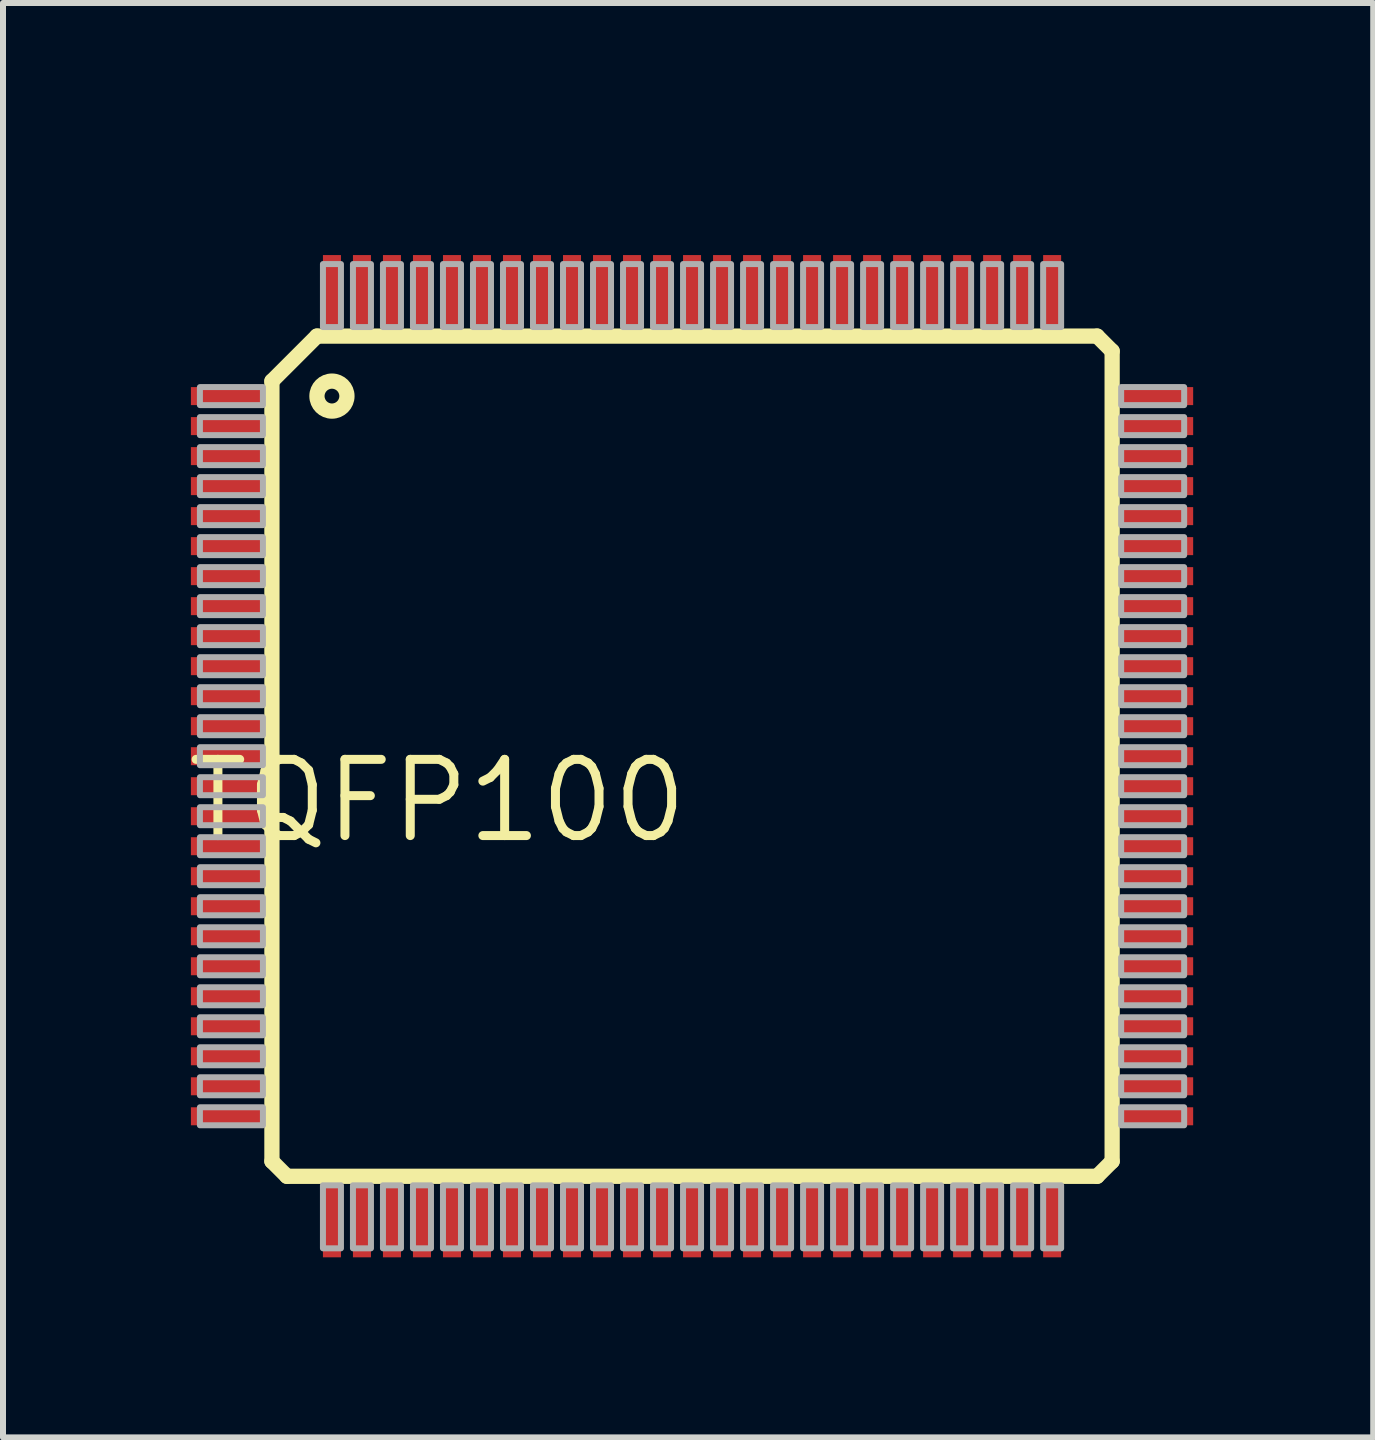
<source format=kicad_pcb>
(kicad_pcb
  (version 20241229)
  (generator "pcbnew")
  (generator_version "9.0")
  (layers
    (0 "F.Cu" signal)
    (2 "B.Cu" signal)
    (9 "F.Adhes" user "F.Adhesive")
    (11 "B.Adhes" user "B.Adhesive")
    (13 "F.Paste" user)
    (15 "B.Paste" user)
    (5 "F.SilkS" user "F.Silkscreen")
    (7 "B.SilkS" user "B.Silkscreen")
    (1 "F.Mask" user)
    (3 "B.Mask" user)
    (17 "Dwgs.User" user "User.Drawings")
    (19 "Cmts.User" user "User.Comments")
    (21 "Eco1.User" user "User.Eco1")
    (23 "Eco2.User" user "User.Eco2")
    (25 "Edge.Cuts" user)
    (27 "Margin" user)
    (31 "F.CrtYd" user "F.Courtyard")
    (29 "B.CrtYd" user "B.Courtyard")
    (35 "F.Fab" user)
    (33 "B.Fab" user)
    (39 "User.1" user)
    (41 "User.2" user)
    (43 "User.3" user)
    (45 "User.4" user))
  (footprint "TQFP100"
    (layer "F.Cu")
    (at 8.481 9.55)
    (property "Reference" "TQFP100" (at 0 0 0) (layer "F.SilkS") (effects (font (size 1.27 1.27) (thickness 0.15)) (justify right top)))
    (attr through_hole)
    (fp_line (start -7 -6.25) (end -6.25 -7) (stroke (width 0.254) (type solid)) (layer "F.SilkS"))
    (fp_line (start -7 6.75) (end -7 -6.25) (stroke (width 0.254) (type solid)) (layer "F.SilkS"))
    (fp_line (start -6.75 7) (end -7 6.75) (stroke (width 0.254) (type solid)) (layer "F.SilkS"))
    (fp_line (start -6.25 -7) (end 6.75 -7) (stroke (width 0.254) (type solid)) (layer "F.SilkS"))
    (fp_line (start 6.75 -7) (end 7 -6.75) (stroke (width 0.254) (type solid)) (layer "F.SilkS"))
    (fp_line (start 6.75 7) (end -6.75 7) (stroke (width 0.254) (type solid)) (layer "F.SilkS"))
    (fp_line (start 7 -6.75) (end 7 6.75) (stroke (width 0.254) (type solid)) (layer "F.SilkS"))
    (fp_line (start 7 6.75) (end 6.75 7) (stroke (width 0.254) (type solid)) (layer "F.SilkS"))
    (fp_circle (center -6 -6) (end -5.75 -6) (stroke (width 0.254) (type solid)) (fill no) (layer "F.SilkS"))
    (fp_poly (pts (xy -8.2 -5.85) (xy -7.15 -5.85) (xy -7.15 -6.15) (xy -8.2 -6.15)) (stroke (width 0.1) (type solid)) (fill no) (layer "F.Fab"))
    (fp_poly (pts (xy -8.2 -5.35) (xy -7.15 -5.35) (xy -7.15 -5.65) (xy -8.2 -5.65)) (stroke (width 0.1) (type solid)) (fill no) (layer "F.Fab"))
    (fp_poly (pts (xy -8.2 -4.85) (xy -7.15 -4.85) (xy -7.15 -5.15) (xy -8.2 -5.15)) (stroke (width 0.1) (type solid)) (fill no) (layer "F.Fab"))
    (fp_poly (pts (xy -8.2 -4.35) (xy -7.15 -4.35) (xy -7.15 -4.65) (xy -8.2 -4.65)) (stroke (width 0.1) (type solid)) (fill no) (layer "F.Fab"))
    (fp_poly (pts (xy -8.2 -3.85) (xy -7.15 -3.85) (xy -7.15 -4.15) (xy -8.2 -4.15)) (stroke (width 0.1) (type solid)) (fill no) (layer "F.Fab"))
    (fp_poly (pts (xy -8.2 -3.35) (xy -7.15 -3.35) (xy -7.15 -3.65) (xy -8.2 -3.65)) (stroke (width 0.1) (type solid)) (fill no) (layer "F.Fab"))
    (fp_poly (pts (xy -8.2 -2.85) (xy -7.15 -2.85) (xy -7.15 -3.15) (xy -8.2 -3.15)) (stroke (width 0.1) (type solid)) (fill no) (layer "F.Fab"))
    (fp_poly (pts (xy -8.2 -2.35) (xy -7.15 -2.35) (xy -7.15 -2.65) (xy -8.2 -2.65)) (stroke (width 0.1) (type solid)) (fill no) (layer "F.Fab"))
    (fp_poly (pts (xy -8.2 -1.85) (xy -7.15 -1.85) (xy -7.15 -2.15) (xy -8.2 -2.15)) (stroke (width 0.1) (type solid)) (fill no) (layer "F.Fab"))
    (fp_poly (pts (xy -8.2 -1.35) (xy -7.15 -1.35) (xy -7.15 -1.65) (xy -8.2 -1.65)) (stroke (width 0.1) (type solid)) (fill no) (layer "F.Fab"))
    (fp_poly (pts (xy -8.2 -0.85) (xy -7.15 -0.85) (xy -7.15 -1.15) (xy -8.2 -1.15)) (stroke (width 0.1) (type solid)) (fill no) (layer "F.Fab"))
    (fp_poly (pts (xy -8.2 -0.35) (xy -7.15 -0.35) (xy -7.15 -0.65) (xy -8.2 -0.65)) (stroke (width 0.1) (type solid)) (fill no) (layer "F.Fab"))
    (fp_poly (pts (xy -8.2 0.15) (xy -7.15 0.15) (xy -7.15 -0.15) (xy -8.2 -0.15)) (stroke (width 0.1) (type solid)) (fill no) (layer "F.Fab"))
    (fp_poly (pts (xy -8.2 0.65) (xy -7.15 0.65) (xy -7.15 0.35) (xy -8.2 0.35)) (stroke (width 0.1) (type solid)) (fill no) (layer "F.Fab"))
    (fp_poly (pts (xy -8.2 1.15) (xy -7.15 1.15) (xy -7.15 0.85) (xy -8.2 0.85)) (stroke (width 0.1) (type solid)) (fill no) (layer "F.Fab"))
    (fp_poly (pts (xy -8.2 1.65) (xy -7.15 1.65) (xy -7.15 1.35) (xy -8.2 1.35)) (stroke (width 0.1) (type solid)) (fill no) (layer "F.Fab"))
    (fp_poly (pts (xy -8.2 2.15) (xy -7.15 2.15) (xy -7.15 1.85) (xy -8.2 1.85)) (stroke (width 0.1) (type solid)) (fill no) (layer "F.Fab"))
    (fp_poly (pts (xy -8.2 2.65) (xy -7.15 2.65) (xy -7.15 2.35) (xy -8.2 2.35)) (stroke (width 0.1) (type solid)) (fill no) (layer "F.Fab"))
    (fp_poly (pts (xy -8.2 3.15) (xy -7.15 3.15) (xy -7.15 2.85) (xy -8.2 2.85)) (stroke (width 0.1) (type solid)) (fill no) (layer "F.Fab"))
    (fp_poly (pts (xy -8.2 3.65) (xy -7.15 3.65) (xy -7.15 3.35) (xy -8.2 3.35)) (stroke (width 0.1) (type solid)) (fill no) (layer "F.Fab"))
    (fp_poly (pts (xy -8.2 4.15) (xy -7.15 4.15) (xy -7.15 3.85) (xy -8.2 3.85)) (stroke (width 0.1) (type solid)) (fill no) (layer "F.Fab"))
    (fp_poly (pts (xy -8.2 4.65) (xy -7.15 4.65) (xy -7.15 4.35) (xy -8.2 4.35)) (stroke (width 0.1) (type solid)) (fill no) (layer "F.Fab"))
    (fp_poly (pts (xy -8.2 5.15) (xy -7.15 5.15) (xy -7.15 4.85) (xy -8.2 4.85)) (stroke (width 0.1) (type solid)) (fill no) (layer "F.Fab"))
    (fp_poly (pts (xy -8.2 5.65) (xy -7.15 5.65) (xy -7.15 5.35) (xy -8.2 5.35)) (stroke (width 0.1) (type solid)) (fill no) (layer "F.Fab"))
    (fp_poly (pts (xy -8.2 6.15) (xy -7.15 6.15) (xy -7.15 5.85) (xy -8.2 5.85)) (stroke (width 0.1) (type solid)) (fill no) (layer "F.Fab"))
    (fp_poly (pts (xy -6.15 -7.15) (xy -5.85 -7.15) (xy -5.85 -8.2) (xy -6.15 -8.2)) (stroke (width 0.1) (type solid)) (fill no) (layer "F.Fab"))
    (fp_poly (pts (xy -6.15 8.2) (xy -5.85 8.2) (xy -5.85 7.15) (xy -6.15 7.15)) (stroke (width 0.1) (type solid)) (fill no) (layer "F.Fab"))
    (fp_poly (pts (xy -5.65 -7.15) (xy -5.35 -7.15) (xy -5.35 -8.2) (xy -5.65 -8.2)) (stroke (width 0.1) (type solid)) (fill no) (layer "F.Fab"))
    (fp_poly (pts (xy -5.65 8.2) (xy -5.35 8.2) (xy -5.35 7.15) (xy -5.65 7.15)) (stroke (width 0.1) (type solid)) (fill no) (layer "F.Fab"))
    (fp_poly (pts (xy -5.15 -7.15) (xy -4.85 -7.15) (xy -4.85 -8.2) (xy -5.15 -8.2)) (stroke (width 0.1) (type solid)) (fill no) (layer "F.Fab"))
    (fp_poly (pts (xy -5.15 8.2) (xy -4.85 8.2) (xy -4.85 7.15) (xy -5.15 7.15)) (stroke (width 0.1) (type solid)) (fill no) (layer "F.Fab"))
    (fp_poly (pts (xy -4.65 -7.15) (xy -4.35 -7.15) (xy -4.35 -8.2) (xy -4.65 -8.2)) (stroke (width 0.1) (type solid)) (fill no) (layer "F.Fab"))
    (fp_poly (pts (xy -4.65 8.2) (xy -4.35 8.2) (xy -4.35 7.15) (xy -4.65 7.15)) (stroke (width 0.1) (type solid)) (fill no) (layer "F.Fab"))
    (fp_poly (pts (xy -4.15 -7.15) (xy -3.85 -7.15) (xy -3.85 -8.2) (xy -4.15 -8.2)) (stroke (width 0.1) (type solid)) (fill no) (layer "F.Fab"))
    (fp_poly (pts (xy -4.15 8.2) (xy -3.85 8.2) (xy -3.85 7.15) (xy -4.15 7.15)) (stroke (width 0.1) (type solid)) (fill no) (layer "F.Fab"))
    (fp_poly (pts (xy -3.65 -7.15) (xy -3.35 -7.15) (xy -3.35 -8.2) (xy -3.65 -8.2)) (stroke (width 0.1) (type solid)) (fill no) (layer "F.Fab"))
    (fp_poly (pts (xy -3.65 8.2) (xy -3.35 8.2) (xy -3.35 7.15) (xy -3.65 7.15)) (stroke (width 0.1) (type solid)) (fill no) (layer "F.Fab"))
    (fp_poly (pts (xy -3.15 -7.15) (xy -2.85 -7.15) (xy -2.85 -8.2) (xy -3.15 -8.2)) (stroke (width 0.1) (type solid)) (fill no) (layer "F.Fab"))
    (fp_poly (pts (xy -3.15 8.2) (xy -2.85 8.2) (xy -2.85 7.15) (xy -3.15 7.15)) (stroke (width 0.1) (type solid)) (fill no) (layer "F.Fab"))
    (fp_poly (pts (xy -2.65 -7.15) (xy -2.35 -7.15) (xy -2.35 -8.2) (xy -2.65 -8.2)) (stroke (width 0.1) (type solid)) (fill no) (layer "F.Fab"))
    (fp_poly (pts (xy -2.65 8.2) (xy -2.35 8.2) (xy -2.35 7.15) (xy -2.65 7.15)) (stroke (width 0.1) (type solid)) (fill no) (layer "F.Fab"))
    (fp_poly (pts (xy -2.15 -7.15) (xy -1.85 -7.15) (xy -1.85 -8.2) (xy -2.15 -8.2)) (stroke (width 0.1) (type solid)) (fill no) (layer "F.Fab"))
    (fp_poly (pts (xy -2.15 8.2) (xy -1.85 8.2) (xy -1.85 7.15) (xy -2.15 7.15)) (stroke (width 0.1) (type solid)) (fill no) (layer "F.Fab"))
    (fp_poly (pts (xy -1.65 -7.15) (xy -1.35 -7.15) (xy -1.35 -8.2) (xy -1.65 -8.2)) (stroke (width 0.1) (type solid)) (fill no) (layer "F.Fab"))
    (fp_poly (pts (xy -1.65 8.2) (xy -1.35 8.2) (xy -1.35 7.15) (xy -1.65 7.15)) (stroke (width 0.1) (type solid)) (fill no) (layer "F.Fab"))
    (fp_poly (pts (xy -1.15 -7.15) (xy -0.85 -7.15) (xy -0.85 -8.2) (xy -1.15 -8.2)) (stroke (width 0.1) (type solid)) (fill no) (layer "F.Fab"))
    (fp_poly (pts (xy -1.15 8.2) (xy -0.85 8.2) (xy -0.85 7.15) (xy -1.15 7.15)) (stroke (width 0.1) (type solid)) (fill no) (layer "F.Fab"))
    (fp_poly (pts (xy -0.65 -7.15) (xy -0.35 -7.15) (xy -0.35 -8.2) (xy -0.65 -8.2)) (stroke (width 0.1) (type solid)) (fill no) (layer "F.Fab"))
    (fp_poly (pts (xy -0.65 8.2) (xy -0.35 8.2) (xy -0.35 7.15) (xy -0.65 7.15)) (stroke (width 0.1) (type solid)) (fill no) (layer "F.Fab"))
    (fp_poly (pts (xy -0.15 -7.15) (xy 0.15 -7.15) (xy 0.15 -8.2) (xy -0.15 -8.2)) (stroke (width 0.1) (type solid)) (fill no) (layer "F.Fab"))
    (fp_poly (pts (xy -0.15 8.2) (xy 0.15 8.2) (xy 0.15 7.15) (xy -0.15 7.15)) (stroke (width 0.1) (type solid)) (fill no) (layer "F.Fab"))
    (fp_poly (pts (xy 0.35 -7.15) (xy 0.65 -7.15) (xy 0.65 -8.2) (xy 0.35 -8.2)) (stroke (width 0.1) (type solid)) (fill no) (layer "F.Fab"))
    (fp_poly (pts (xy 0.35 8.2) (xy 0.65 8.2) (xy 0.65 7.15) (xy 0.35 7.15)) (stroke (width 0.1) (type solid)) (fill no) (layer "F.Fab"))
    (fp_poly (pts (xy 0.85 -7.15) (xy 1.15 -7.15) (xy 1.15 -8.2) (xy 0.85 -8.2)) (stroke (width 0.1) (type solid)) (fill no) (layer "F.Fab"))
    (fp_poly (pts (xy 0.85 8.2) (xy 1.15 8.2) (xy 1.15 7.15) (xy 0.85 7.15)) (stroke (width 0.1) (type solid)) (fill no) (layer "F.Fab"))
    (fp_poly (pts (xy 1.35 -7.15) (xy 1.65 -7.15) (xy 1.65 -8.2) (xy 1.35 -8.2)) (stroke (width 0.1) (type solid)) (fill no) (layer "F.Fab"))
    (fp_poly (pts (xy 1.35 8.2) (xy 1.65 8.2) (xy 1.65 7.15) (xy 1.35 7.15)) (stroke (width 0.1) (type solid)) (fill no) (layer "F.Fab"))
    (fp_poly (pts (xy 1.85 -7.15) (xy 2.15 -7.15) (xy 2.15 -8.2) (xy 1.85 -8.2)) (stroke (width 0.1) (type solid)) (fill no) (layer "F.Fab"))
    (fp_poly (pts (xy 1.85 8.2) (xy 2.15 8.2) (xy 2.15 7.15) (xy 1.85 7.15)) (stroke (width 0.1) (type solid)) (fill no) (layer "F.Fab"))
    (fp_poly (pts (xy 2.35 -7.15) (xy 2.65 -7.15) (xy 2.65 -8.2) (xy 2.35 -8.2)) (stroke (width 0.1) (type solid)) (fill no) (layer "F.Fab"))
    (fp_poly (pts (xy 2.35 8.2) (xy 2.65 8.2) (xy 2.65 7.15) (xy 2.35 7.15)) (stroke (width 0.1) (type solid)) (fill no) (layer "F.Fab"))
    (fp_poly (pts (xy 2.85 -7.15) (xy 3.15 -7.15) (xy 3.15 -8.2) (xy 2.85 -8.2)) (stroke (width 0.1) (type solid)) (fill no) (layer "F.Fab"))
    (fp_poly (pts (xy 2.85 8.2) (xy 3.15 8.2) (xy 3.15 7.15) (xy 2.85 7.15)) (stroke (width 0.1) (type solid)) (fill no) (layer "F.Fab"))
    (fp_poly (pts (xy 3.35 -7.15) (xy 3.65 -7.15) (xy 3.65 -8.2) (xy 3.35 -8.2)) (stroke (width 0.1) (type solid)) (fill no) (layer "F.Fab"))
    (fp_poly (pts (xy 3.35 8.2) (xy 3.65 8.2) (xy 3.65 7.15) (xy 3.35 7.15)) (stroke (width 0.1) (type solid)) (fill no) (layer "F.Fab"))
    (fp_poly (pts (xy 3.85 -7.15) (xy 4.15 -7.15) (xy 4.15 -8.2) (xy 3.85 -8.2)) (stroke (width 0.1) (type solid)) (fill no) (layer "F.Fab"))
    (fp_poly (pts (xy 3.85 8.2) (xy 4.15 8.2) (xy 4.15 7.15) (xy 3.85 7.15)) (stroke (width 0.1) (type solid)) (fill no) (layer "F.Fab"))
    (fp_poly (pts (xy 4.35 -7.15) (xy 4.65 -7.15) (xy 4.65 -8.2) (xy 4.35 -8.2)) (stroke (width 0.1) (type solid)) (fill no) (layer "F.Fab"))
    (fp_poly (pts (xy 4.35 8.2) (xy 4.65 8.2) (xy 4.65 7.15) (xy 4.35 7.15)) (stroke (width 0.1) (type solid)) (fill no) (layer "F.Fab"))
    (fp_poly (pts (xy 4.85 -7.15) (xy 5.15 -7.15) (xy 5.15 -8.2) (xy 4.85 -8.2)) (stroke (width 0.1) (type solid)) (fill no) (layer "F.Fab"))
    (fp_poly (pts (xy 4.85 8.2) (xy 5.15 8.2) (xy 5.15 7.15) (xy 4.85 7.15)) (stroke (width 0.1) (type solid)) (fill no) (layer "F.Fab"))
    (fp_poly (pts (xy 5.35 -7.15) (xy 5.65 -7.15) (xy 5.65 -8.2) (xy 5.35 -8.2)) (stroke (width 0.1) (type solid)) (fill no) (layer "F.Fab"))
    (fp_poly (pts (xy 5.35 8.2) (xy 5.65 8.2) (xy 5.65 7.15) (xy 5.35 7.15)) (stroke (width 0.1) (type solid)) (fill no) (layer "F.Fab"))
    (fp_poly (pts (xy 5.85 -7.15) (xy 6.15 -7.15) (xy 6.15 -8.2) (xy 5.85 -8.2)) (stroke (width 0.1) (type solid)) (fill no) (layer "F.Fab"))
    (fp_poly (pts (xy 5.85 8.2) (xy 6.15 8.2) (xy 6.15 7.15) (xy 5.85 7.15)) (stroke (width 0.1) (type solid)) (fill no) (layer "F.Fab"))
    (fp_poly (pts (xy 7.15 -5.85) (xy 8.2 -5.85) (xy 8.2 -6.15) (xy 7.15 -6.15)) (stroke (width 0.1) (type solid)) (fill no) (layer "F.Fab"))
    (fp_poly (pts (xy 7.15 -5.35) (xy 8.2 -5.35) (xy 8.2 -5.65) (xy 7.15 -5.65)) (stroke (width 0.1) (type solid)) (fill no) (layer "F.Fab"))
    (fp_poly (pts (xy 7.15 -4.85) (xy 8.2 -4.85) (xy 8.2 -5.15) (xy 7.15 -5.15)) (stroke (width 0.1) (type solid)) (fill no) (layer "F.Fab"))
    (fp_poly (pts (xy 7.15 -4.35) (xy 8.2 -4.35) (xy 8.2 -4.65) (xy 7.15 -4.65)) (stroke (width 0.1) (type solid)) (fill no) (layer "F.Fab"))
    (fp_poly (pts (xy 7.15 -3.85) (xy 8.2 -3.85) (xy 8.2 -4.15) (xy 7.15 -4.15)) (stroke (width 0.1) (type solid)) (fill no) (layer "F.Fab"))
    (fp_poly (pts (xy 7.15 -3.35) (xy 8.2 -3.35) (xy 8.2 -3.65) (xy 7.15 -3.65)) (stroke (width 0.1) (type solid)) (fill no) (layer "F.Fab"))
    (fp_poly (pts (xy 7.15 -2.85) (xy 8.2 -2.85) (xy 8.2 -3.15) (xy 7.15 -3.15)) (stroke (width 0.1) (type solid)) (fill no) (layer "F.Fab"))
    (fp_poly (pts (xy 7.15 -2.35) (xy 8.2 -2.35) (xy 8.2 -2.65) (xy 7.15 -2.65)) (stroke (width 0.1) (type solid)) (fill no) (layer "F.Fab"))
    (fp_poly (pts (xy 7.15 -1.85) (xy 8.2 -1.85) (xy 8.2 -2.15) (xy 7.15 -2.15)) (stroke (width 0.1) (type solid)) (fill no) (layer "F.Fab"))
    (fp_poly (pts (xy 7.15 -1.35) (xy 8.2 -1.35) (xy 8.2 -1.65) (xy 7.15 -1.65)) (stroke (width 0.1) (type solid)) (fill no) (layer "F.Fab"))
    (fp_poly (pts (xy 7.15 -0.85) (xy 8.2 -0.85) (xy 8.2 -1.15) (xy 7.15 -1.15)) (stroke (width 0.1) (type solid)) (fill no) (layer "F.Fab"))
    (fp_poly (pts (xy 7.15 -0.35) (xy 8.2 -0.35) (xy 8.2 -0.65) (xy 7.15 -0.65)) (stroke (width 0.1) (type solid)) (fill no) (layer "F.Fab"))
    (fp_poly (pts (xy 7.15 0.15) (xy 8.2 0.15) (xy 8.2 -0.15) (xy 7.15 -0.15)) (stroke (width 0.1) (type solid)) (fill no) (layer "F.Fab"))
    (fp_poly (pts (xy 7.15 0.65) (xy 8.2 0.65) (xy 8.2 0.35) (xy 7.15 0.35)) (stroke (width 0.1) (type solid)) (fill no) (layer "F.Fab"))
    (fp_poly (pts (xy 7.15 1.15) (xy 8.2 1.15) (xy 8.2 0.85) (xy 7.15 0.85)) (stroke (width 0.1) (type solid)) (fill no) (layer "F.Fab"))
    (fp_poly (pts (xy 7.15 1.65) (xy 8.2 1.65) (xy 8.2 1.35) (xy 7.15 1.35)) (stroke (width 0.1) (type solid)) (fill no) (layer "F.Fab"))
    (fp_poly (pts (xy 7.15 2.15) (xy 8.2 2.15) (xy 8.2 1.85) (xy 7.15 1.85)) (stroke (width 0.1) (type solid)) (fill no) (layer "F.Fab"))
    (fp_poly (pts (xy 7.15 2.65) (xy 8.2 2.65) (xy 8.2 2.35) (xy 7.15 2.35)) (stroke (width 0.1) (type solid)) (fill no) (layer "F.Fab"))
    (fp_poly (pts (xy 7.15 3.15) (xy 8.2 3.15) (xy 8.2 2.85) (xy 7.15 2.85)) (stroke (width 0.1) (type solid)) (fill no) (layer "F.Fab"))
    (fp_poly (pts (xy 7.15 3.65) (xy 8.2 3.65) (xy 8.2 3.35) (xy 7.15 3.35)) (stroke (width 0.1) (type solid)) (fill no) (layer "F.Fab"))
    (fp_poly (pts (xy 7.15 4.15) (xy 8.2 4.15) (xy 8.2 3.85) (xy 7.15 3.85)) (stroke (width 0.1) (type solid)) (fill no) (layer "F.Fab"))
    (fp_poly (pts (xy 7.15 4.65) (xy 8.2 4.65) (xy 8.2 4.35) (xy 7.15 4.35)) (stroke (width 0.1) (type solid)) (fill no) (layer "F.Fab"))
    (fp_poly (pts (xy 7.15 5.15) (xy 8.2 5.15) (xy 8.2 4.85) (xy 7.15 4.85)) (stroke (width 0.1) (type solid)) (fill no) (layer "F.Fab"))
    (fp_poly (pts (xy 7.15 5.65) (xy 8.2 5.65) (xy 8.2 5.35) (xy 7.15 5.35)) (stroke (width 0.1) (type solid)) (fill no) (layer "F.Fab"))
    (fp_poly (pts (xy 7.15 6.15) (xy 8.2 6.15) (xy 8.2 5.85) (xy 7.15 5.85)) (stroke (width 0.1) (type solid)) (fill no) (layer "F.Fab"))
    (fp_text user "" (at -5.76 -9.245 0) (layer "F.SilkS") (effects (font (size 1.206 1.206) (thickness 0.102)) (justify left bottom)))
    (fp_text user "" (at -5.085 -0.895 0) (layer "F.Fab") (effects (font (size 1.206 1.206) (thickness 0.102)) (justify left bottom)))
    (pad "1" smd rect (at -7.75 -6) (size 1.2 0.3) (layers "F.Cu" "F.Mask" "F.Paste"))
    (pad "2" smd rect (at -7.75 -5.5) (size 1.2 0.3) (layers "F.Cu" "F.Mask" "F.Paste"))
    (pad "3" smd rect (at -7.75 -5) (size 1.2 0.3) (layers "F.Cu" "F.Mask" "F.Paste"))
    (pad "4" smd rect (at -7.75 -4.5) (size 1.2 0.3) (layers "F.Cu" "F.Mask" "F.Paste"))
    (pad "5" smd rect (at -7.75 -4) (size 1.2 0.3) (layers "F.Cu" "F.Mask" "F.Paste"))
    (pad "6" smd rect (at -7.75 -3.5) (size 1.2 0.3) (layers "F.Cu" "F.Mask" "F.Paste"))
    (pad "7" smd rect (at -7.75 -3) (size 1.2 0.3) (layers "F.Cu" "F.Mask" "F.Paste"))
    (pad "8" smd rect (at -7.75 -2.5) (size 1.2 0.3) (layers "F.Cu" "F.Mask" "F.Paste"))
    (pad "9" smd rect (at -7.75 -2) (size 1.2 0.3) (layers "F.Cu" "F.Mask" "F.Paste"))
    (pad "10" smd rect (at -7.75 -1.5) (size 1.2 0.3) (layers "F.Cu" "F.Mask" "F.Paste"))
    (pad "11" smd rect (at -7.75 -1) (size 1.2 0.3) (layers "F.Cu" "F.Mask" "F.Paste"))
    (pad "12" smd rect (at -7.75 -0.5) (size 1.2 0.3) (layers "F.Cu" "F.Mask" "F.Paste"))
    (pad "13" smd rect (at -7.75 0) (size 1.2 0.3) (layers "F.Cu" "F.Mask" "F.Paste"))
    (pad "14" smd rect (at -7.75 0.5) (size 1.2 0.3) (layers "F.Cu" "F.Mask" "F.Paste"))
    (pad "15" smd rect (at -7.75 1) (size 1.2 0.3) (layers "F.Cu" "F.Mask" "F.Paste"))
    (pad "16" smd rect (at -7.75 1.5) (size 1.2 0.3) (layers "F.Cu" "F.Mask" "F.Paste"))
    (pad "17" smd rect (at -7.75 2) (size 1.2 0.3) (layers "F.Cu" "F.Mask" "F.Paste"))
    (pad "18" smd rect (at -7.75 2.5) (size 1.2 0.3) (layers "F.Cu" "F.Mask" "F.Paste"))
    (pad "19" smd rect (at -7.75 3) (size 1.2 0.3) (layers "F.Cu" "F.Mask" "F.Paste"))
    (pad "20" smd rect (at -7.75 3.5) (size 1.2 0.3) (layers "F.Cu" "F.Mask" "F.Paste"))
    (pad "21" smd rect (at -7.75 4) (size 1.2 0.3) (layers "F.Cu" "F.Mask" "F.Paste"))
    (pad "22" smd rect (at -7.75 4.5) (size 1.2 0.3) (layers "F.Cu" "F.Mask" "F.Paste"))
    (pad "23" smd rect (at -7.75 5) (size 1.2 0.3) (layers "F.Cu" "F.Mask" "F.Paste"))
    (pad "24" smd rect (at -7.75 5.5) (size 1.2 0.3) (layers "F.Cu" "F.Mask" "F.Paste"))
    (pad "25" smd rect (at -7.75 6) (size 1.2 0.3) (layers "F.Cu" "F.Mask" "F.Paste"))
    (pad "26" smd rect (at -6 7.75) (size 0.3 1.2) (layers "F.Cu" "F.Mask" "F.Paste"))
    (pad "27" smd rect (at -5.5 7.75) (size 0.3 1.2) (layers "F.Cu" "F.Mask" "F.Paste"))
    (pad "28" smd rect (at -5 7.75) (size 0.3 1.2) (layers "F.Cu" "F.Mask" "F.Paste"))
    (pad "29" smd rect (at -4.5 7.75) (size 0.3 1.2) (layers "F.Cu" "F.Mask" "F.Paste"))
    (pad "30" smd rect (at -4 7.75) (size 0.3 1.2) (layers "F.Cu" "F.Mask" "F.Paste"))
    (pad "31" smd rect (at -3.5 7.75) (size 0.3 1.2) (layers "F.Cu" "F.Mask" "F.Paste"))
    (pad "32" smd rect (at -3 7.75) (size 0.3 1.2) (layers "F.Cu" "F.Mask" "F.Paste"))
    (pad "33" smd rect (at -2.5 7.75) (size 0.3 1.2) (layers "F.Cu" "F.Mask" "F.Paste"))
    (pad "34" smd rect (at -2 7.75) (size 0.3 1.2) (layers "F.Cu" "F.Mask" "F.Paste"))
    (pad "35" smd rect (at -1.5 7.75) (size 0.3 1.2) (layers "F.Cu" "F.Mask" "F.Paste"))
    (pad "36" smd rect (at -1 7.75) (size 0.3 1.2) (layers "F.Cu" "F.Mask" "F.Paste"))
    (pad "37" smd rect (at -0.5 7.75) (size 0.3 1.2) (layers "F.Cu" "F.Mask" "F.Paste"))
    (pad "38" smd rect (at 0 7.75) (size 0.3 1.2) (layers "F.Cu" "F.Mask" "F.Paste"))
    (pad "39" smd rect (at 0.5 7.75) (size 0.3 1.2) (layers "F.Cu" "F.Mask" "F.Paste"))
    (pad "40" smd rect (at 1 7.75) (size 0.3 1.2) (layers "F.Cu" "F.Mask" "F.Paste"))
    (pad "41" smd rect (at 1.5 7.75) (size 0.3 1.2) (layers "F.Cu" "F.Mask" "F.Paste"))
    (pad "42" smd rect (at 2 7.75) (size 0.3 1.2) (layers "F.Cu" "F.Mask" "F.Paste"))
    (pad "43" smd rect (at 2.5 7.75) (size 0.3 1.2) (layers "F.Cu" "F.Mask" "F.Paste"))
    (pad "44" smd rect (at 3 7.75) (size 0.3 1.2) (layers "F.Cu" "F.Mask" "F.Paste"))
    (pad "45" smd rect (at 3.5 7.75) (size 0.3 1.2) (layers "F.Cu" "F.Mask" "F.Paste"))
    (pad "46" smd rect (at 4 7.75) (size 0.3 1.2) (layers "F.Cu" "F.Mask" "F.Paste"))
    (pad "47" smd rect (at 4.5 7.75) (size 0.3 1.2) (layers "F.Cu" "F.Mask" "F.Paste"))
    (pad "48" smd rect (at 5 7.75) (size 0.3 1.2) (layers "F.Cu" "F.Mask" "F.Paste"))
    (pad "49" smd rect (at 5.5 7.75) (size 0.3 1.2) (layers "F.Cu" "F.Mask" "F.Paste"))
    (pad "50" smd rect (at 6 7.75) (size 0.3 1.2) (layers "F.Cu" "F.Mask" "F.Paste"))
    (pad "51" smd rect (at 7.75 6) (size 1.2 0.3) (layers "F.Cu" "F.Mask" "F.Paste"))
    (pad "52" smd rect (at 7.75 5.5) (size 1.2 0.3) (layers "F.Cu" "F.Mask" "F.Paste"))
    (pad "53" smd rect (at 7.75 5) (size 1.2 0.3) (layers "F.Cu" "F.Mask" "F.Paste"))
    (pad "54" smd rect (at 7.75 4.5) (size 1.2 0.3) (layers "F.Cu" "F.Mask" "F.Paste"))
    (pad "55" smd rect (at 7.75 4) (size 1.2 0.3) (layers "F.Cu" "F.Mask" "F.Paste"))
    (pad "56" smd rect (at 7.75 3.5) (size 1.2 0.3) (layers "F.Cu" "F.Mask" "F.Paste"))
    (pad "57" smd rect (at 7.75 3) (size 1.2 0.3) (layers "F.Cu" "F.Mask" "F.Paste"))
    (pad "58" smd rect (at 7.75 2.5) (size 1.2 0.3) (layers "F.Cu" "F.Mask" "F.Paste"))
    (pad "59" smd rect (at 7.75 2) (size 1.2 0.3) (layers "F.Cu" "F.Mask" "F.Paste"))
    (pad "60" smd rect (at 7.75 1.5) (size 1.2 0.3) (layers "F.Cu" "F.Mask" "F.Paste"))
    (pad "61" smd rect (at 7.75 1) (size 1.2 0.3) (layers "F.Cu" "F.Mask" "F.Paste"))
    (pad "62" smd rect (at 7.75 0.5) (size 1.2 0.3) (layers "F.Cu" "F.Mask" "F.Paste"))
    (pad "63" smd rect (at 7.75 0) (size 1.2 0.3) (layers "F.Cu" "F.Mask" "F.Paste"))
    (pad "64" smd rect (at 7.75 -0.5) (size 1.2 0.3) (layers "F.Cu" "F.Mask" "F.Paste"))
    (pad "65" smd rect (at 7.75 -1) (size 1.2 0.3) (layers "F.Cu" "F.Mask" "F.Paste"))
    (pad "66" smd rect (at 7.75 -1.5) (size 1.2 0.3) (layers "F.Cu" "F.Mask" "F.Paste"))
    (pad "67" smd rect (at 7.75 -2) (size 1.2 0.3) (layers "F.Cu" "F.Mask" "F.Paste"))
    (pad "68" smd rect (at 7.75 -2.5) (size 1.2 0.3) (layers "F.Cu" "F.Mask" "F.Paste"))
    (pad "69" smd rect (at 7.75 -3) (size 1.2 0.3) (layers "F.Cu" "F.Mask" "F.Paste"))
    (pad "70" smd rect (at 7.75 -3.5) (size 1.2 0.3) (layers "F.Cu" "F.Mask" "F.Paste"))
    (pad "71" smd rect (at 7.75 -4) (size 1.2 0.3) (layers "F.Cu" "F.Mask" "F.Paste"))
    (pad "72" smd rect (at 7.75 -4.5) (size 1.2 0.3) (layers "F.Cu" "F.Mask" "F.Paste"))
    (pad "73" smd rect (at 7.75 -5) (size 1.2 0.3) (layers "F.Cu" "F.Mask" "F.Paste"))
    (pad "74" smd rect (at 7.75 -5.5) (size 1.2 0.3) (layers "F.Cu" "F.Mask" "F.Paste"))
    (pad "75" smd rect (at 7.75 -6) (size 1.2 0.3) (layers "F.Cu" "F.Mask" "F.Paste"))
    (pad "76" smd rect (at 6 -7.75) (size 0.3 1.2) (layers "F.Cu" "F.Mask" "F.Paste"))
    (pad "77" smd rect (at 5.5 -7.75) (size 0.3 1.2) (layers "F.Cu" "F.Mask" "F.Paste"))
    (pad "78" smd rect (at 5 -7.75) (size 0.3 1.2) (layers "F.Cu" "F.Mask" "F.Paste"))
    (pad "79" smd rect (at 4.5 -7.75) (size 0.3 1.2) (layers "F.Cu" "F.Mask" "F.Paste"))
    (pad "80" smd rect (at 4 -7.75) (size 0.3 1.2) (layers "F.Cu" "F.Mask" "F.Paste"))
    (pad "81" smd rect (at 3.5 -7.75) (size 0.3 1.2) (layers "F.Cu" "F.Mask" "F.Paste"))
    (pad "82" smd rect (at 3 -7.75) (size 0.3 1.2) (layers "F.Cu" "F.Mask" "F.Paste"))
    (pad "83" smd rect (at 2.5 -7.75) (size 0.3 1.2) (layers "F.Cu" "F.Mask" "F.Paste"))
    (pad "84" smd rect (at 2 -7.75) (size 0.3 1.2) (layers "F.Cu" "F.Mask" "F.Paste"))
    (pad "85" smd rect (at 1.5 -7.75) (size 0.3 1.2) (layers "F.Cu" "F.Mask" "F.Paste"))
    (pad "86" smd rect (at 1 -7.75) (size 0.3 1.2) (layers "F.Cu" "F.Mask" "F.Paste"))
    (pad "87" smd rect (at 0.5 -7.75) (size 0.3 1.2) (layers "F.Cu" "F.Mask" "F.Paste"))
    (pad "88" smd rect (at 0 -7.75) (size 0.3 1.2) (layers "F.Cu" "F.Mask" "F.Paste"))
    (pad "89" smd rect (at -0.5 -7.75) (size 0.3 1.2) (layers "F.Cu" "F.Mask" "F.Paste"))
    (pad "90" smd rect (at -1 -7.75) (size 0.3 1.2) (layers "F.Cu" "F.Mask" "F.Paste"))
    (pad "91" smd rect (at -1.5 -7.75) (size 0.3 1.2) (layers "F.Cu" "F.Mask" "F.Paste"))
    (pad "92" smd rect (at -2 -7.75) (size 0.3 1.2) (layers "F.Cu" "F.Mask" "F.Paste"))
    (pad "93" smd rect (at -2.5 -7.75) (size 0.3 1.2) (layers "F.Cu" "F.Mask" "F.Paste"))
    (pad "94" smd rect (at -3 -7.75) (size 0.3 1.2) (layers "F.Cu" "F.Mask" "F.Paste"))
    (pad "95" smd rect (at -3.5 -7.75) (size 0.3 1.2) (layers "F.Cu" "F.Mask" "F.Paste"))
    (pad "96" smd rect (at -4 -7.75) (size 0.3 1.2) (layers "F.Cu" "F.Mask" "F.Paste"))
    (pad "97" smd rect (at -4.5 -7.75) (size 0.3 1.2) (layers "F.Cu" "F.Mask" "F.Paste"))
    (pad "98" smd rect (at -5 -7.75) (size 0.3 1.2) (layers "F.Cu" "F.Mask" "F.Paste"))
    (pad "99" smd rect (at -5.5 -7.75) (size 0.3 1.2) (layers "F.Cu" "F.Mask" "F.Paste"))
    (pad "100" smd rect (at -6 -7.75) (size 0.3 1.2) (layers "F.Cu" "F.Mask" "F.Paste")))
  (gr_rect
    (start -3 -3)
    (end 19.831 20.9)
    (stroke (width 0.1) (type default))
    (fill no)
    (layer "Edge.Cuts")))
</source>
